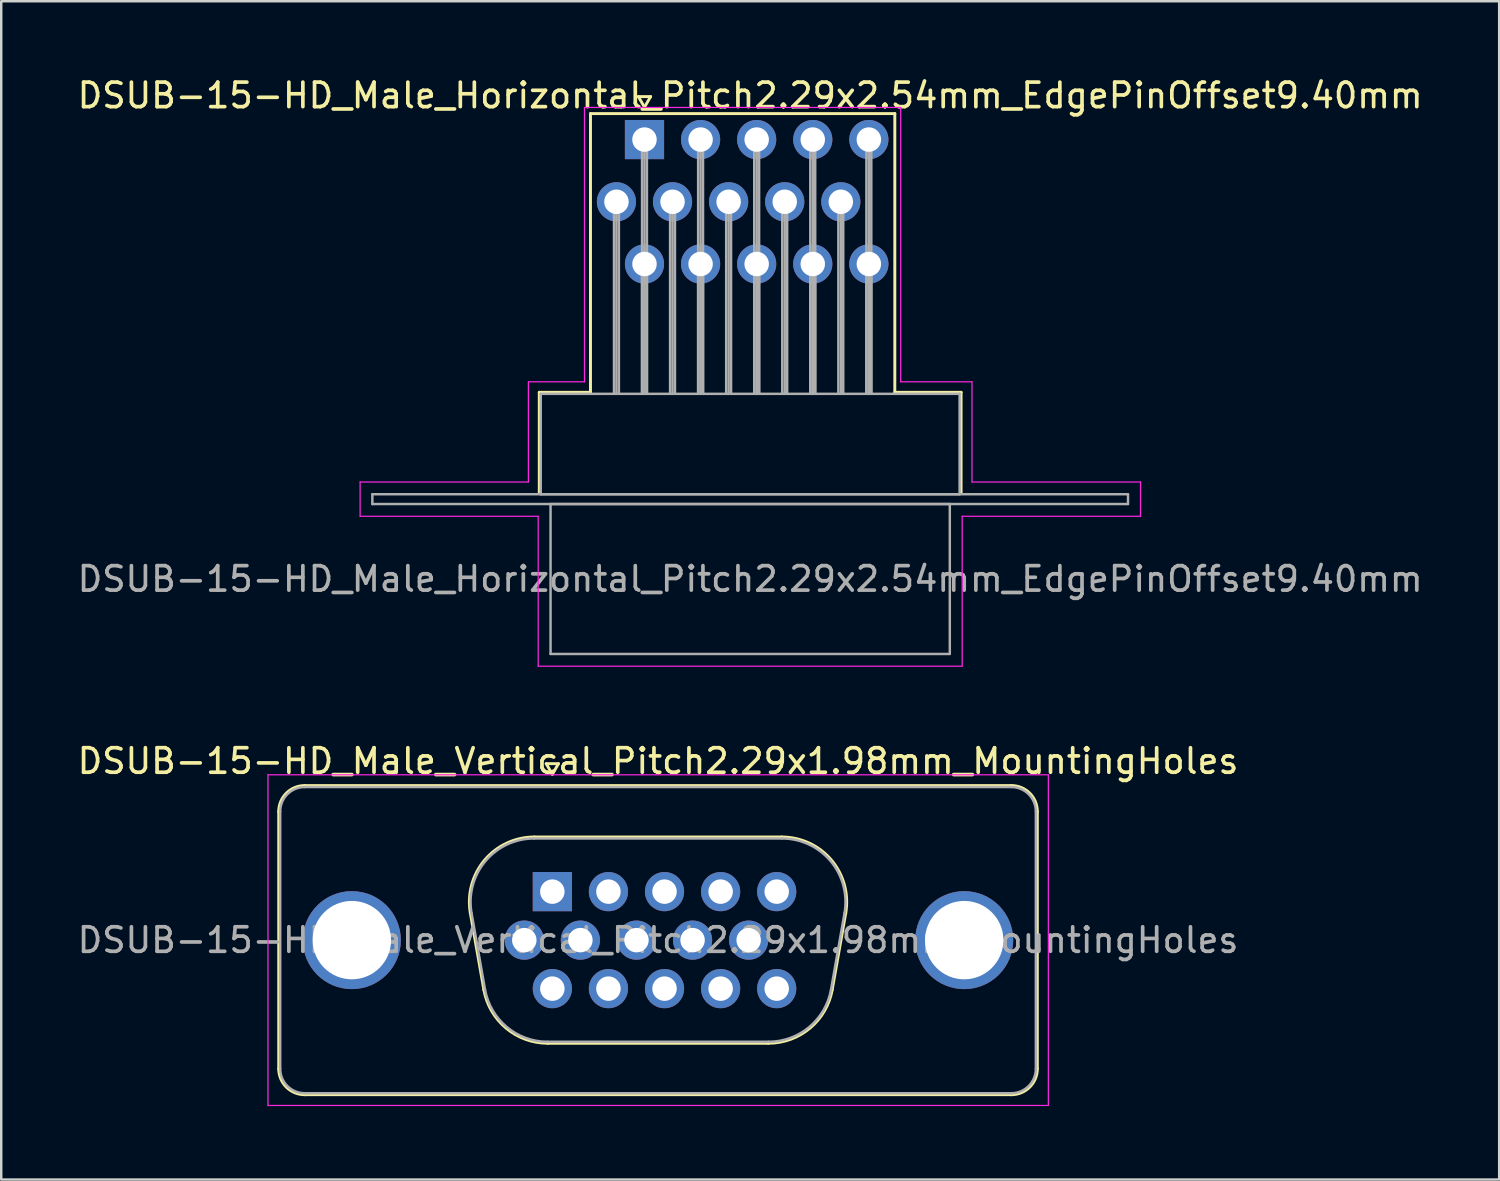
<source format=kicad_pcb>
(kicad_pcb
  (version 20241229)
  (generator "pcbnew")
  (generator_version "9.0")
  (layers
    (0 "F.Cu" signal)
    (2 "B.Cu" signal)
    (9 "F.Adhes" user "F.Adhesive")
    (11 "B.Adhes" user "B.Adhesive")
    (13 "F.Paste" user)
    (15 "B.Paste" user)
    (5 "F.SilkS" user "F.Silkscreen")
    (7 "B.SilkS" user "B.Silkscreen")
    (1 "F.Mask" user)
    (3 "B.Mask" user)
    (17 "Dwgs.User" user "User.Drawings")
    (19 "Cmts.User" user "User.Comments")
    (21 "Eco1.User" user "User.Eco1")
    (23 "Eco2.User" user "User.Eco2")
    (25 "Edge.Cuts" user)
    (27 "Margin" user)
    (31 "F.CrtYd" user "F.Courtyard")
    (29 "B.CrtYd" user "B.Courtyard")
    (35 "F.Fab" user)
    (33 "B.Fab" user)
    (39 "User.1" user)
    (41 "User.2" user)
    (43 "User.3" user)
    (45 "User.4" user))
  (footprint "DSUB-15-HD_Male_Vertical_Pitch2.29x1.98mm_MountingHoles"
    (layer "F.Cu")
    (at 19.5 33.352)
    (property "Reference" "DSUB-15-HD_Male_Vertical_Pitch2.29x1.98mm_MountingHoles" (at 4.315 -5.33 0) (layer "F.SilkS") (effects (font (size 1 1) (thickness 0.15))))
    (attr through_hole)
    (fp_line (start -11.17 7.23) (end -11.17 -3.27) (stroke (width 0.12) (type solid)) (layer "F.SilkS"))
    (fp_line (start -10.11 -4.33) (end 18.74 -4.33) (stroke (width 0.12) (type solid)) (layer "F.SilkS"))
    (fp_line (start -3.347 0.88) (end -2.796 4) (stroke (width 0.12) (type solid)) (layer "F.SilkS"))
    (fp_line (start -0.737 -2.23) (end 9.367 -2.23) (stroke (width 0.12) (type solid)) (layer "F.SilkS"))
    (fp_line (start -0.25 -5.224) (end 0.25 -5.224) (stroke (width 0.12) (type solid)) (layer "F.SilkS"))
    (fp_line (start -0.187 6.19) (end 8.817 6.19) (stroke (width 0.12) (type solid)) (layer "F.SilkS"))
    (fp_line (start 0 -4.791) (end -0.25 -5.224) (stroke (width 0.12) (type solid)) (layer "F.SilkS"))
    (fp_line (start 0.25 -5.224) (end 0 -4.791) (stroke (width 0.12) (type solid)) (layer "F.SilkS"))
    (fp_line (start 11.977 0.88) (end 11.426 4) (stroke (width 0.12) (type solid)) (layer "F.SilkS"))
    (fp_line (start 18.74 8.29) (end -10.11 8.29) (stroke (width 0.12) (type solid)) (layer "F.SilkS"))
    (fp_line (start 19.8 -3.27) (end 19.8 7.23) (stroke (width 0.12) (type solid)) (layer "F.SilkS"))
    (fp_arc (start -11.17 -3.27) (mid -10.859533 -4.019533) (end -10.11 -4.33) (stroke (width 0.12) (type solid)) (layer "F.SilkS"))
    (fp_arc (start -10.11 8.29) (mid -10.859533 7.979533) (end -11.17 7.23) (stroke (width 0.12) (type solid)) (layer "F.SilkS"))
    (fp_arc (start -3.346594 0.880168) (mid -2.766871 -1.283387) (end -0.736853 -2.23) (stroke (width 0.12) (type solid)) (layer "F.SilkS"))
    (fp_arc (start -0.186713 6.19) (mid -1.8901 5.570018) (end -2.796454 4.000168) (stroke (width 0.12) (type solid)) (layer "F.SilkS"))
    (fp_arc (start 9.366853 -2.23) (mid 11.396871 -1.283387) (end 11.976594 0.880168) (stroke (width 0.12) (type solid)) (layer "F.SilkS"))
    (fp_arc (start 11.426454 4.000168) (mid 10.5201 5.570018) (end 8.816713 6.19) (stroke (width 0.12) (type solid)) (layer "F.SilkS"))
    (fp_arc (start 18.74 -4.33) (mid 19.489533 -4.019533) (end 19.8 -3.27) (stroke (width 0.12) (type solid)) (layer "F.SilkS"))
    (fp_arc (start 19.8 7.23) (mid 19.489533 7.979533) (end 18.74 8.29) (stroke (width 0.12) (type solid)) (layer "F.SilkS"))
    (fp_line (start -11.61 -4.77) (end -11.61 8.73) (stroke (width 0.05) (type solid)) (layer "F.CrtYd"))
    (fp_line (start -11.61 8.73) (end 20.25 8.73) (stroke (width 0.05) (type solid)) (layer "F.CrtYd"))
    (fp_line (start 20.25 -4.77) (end -11.61 -4.77) (stroke (width 0.05) (type solid)) (layer "F.CrtYd"))
    (fp_line (start 20.25 8.73) (end 20.25 -4.77) (stroke (width 0.05) (type solid)) (layer "F.CrtYd"))
    (fp_line (start -11.11 7.23) (end -11.11 -3.27) (stroke (width 0.1) (type solid)) (layer "F.Fab"))
    (fp_line (start -10.11 -4.27) (end 18.74 -4.27) (stroke (width 0.1) (type solid)) (layer "F.Fab"))
    (fp_line (start -3.299 0.87) (end -2.749 3.99) (stroke (width 0.1) (type solid)) (layer "F.Fab"))
    (fp_line (start -0.748 -2.17) (end 9.378 -2.17) (stroke (width 0.1) (type solid)) (layer "F.Fab"))
    (fp_line (start -0.198 6.13) (end 8.828 6.13) (stroke (width 0.1) (type solid)) (layer "F.Fab"))
    (fp_line (start 11.929 0.87) (end 11.379 3.99) (stroke (width 0.1) (type solid)) (layer "F.Fab"))
    (fp_line (start 18.74 8.23) (end -10.11 8.23) (stroke (width 0.1) (type solid)) (layer "F.Fab"))
    (fp_line (start 19.74 -3.27) (end 19.74 7.23) (stroke (width 0.1) (type solid)) (layer "F.Fab"))
    (fp_arc (start -11.11 -3.27) (mid -10.817107 -3.977107) (end -10.11 -4.27) (stroke (width 0.1) (type solid)) (layer "F.Fab"))
    (fp_arc (start -10.11 8.23) (mid -10.817107 7.937107) (end -11.11 7.23) (stroke (width 0.1) (type solid)) (layer "F.Fab"))
    (fp_arc (start -3.29901 0.869749) (mid -2.732413 -1.24482) (end -0.748358 -2.17) (stroke (width 0.1) (type solid)) (layer "F.Fab"))
    (fp_arc (start -0.198218 6.13) (mid -1.863038 5.524055) (end -2.74887 3.989749) (stroke (width 0.1) (type solid)) (layer "F.Fab"))
    (fp_arc (start 9.378358 -2.17) (mid 11.362413 -1.24482) (end 11.92901 0.869749) (stroke (width 0.1) (type solid)) (layer "F.Fab"))
    (fp_arc (start 11.37887 3.989749) (mid 10.493038 5.524055) (end 8.828218 6.13) (stroke (width 0.1) (type solid)) (layer "F.Fab"))
    (fp_arc (start 18.74 -4.27) (mid 19.447107 -3.977107) (end 19.74 -3.27) (stroke (width 0.1) (type solid)) (layer "F.Fab"))
    (fp_arc (start 19.74 7.23) (mid 19.447107 7.937107) (end 18.74 8.23) (stroke (width 0.1) (type solid)) (layer "F.Fab"))
    (fp_text user "${REFERENCE}" (at 4.315 1.98 0) (layer "F.Fab") (effects (font (size 1 1) (thickness 0.15))))
    (pad "0" thru_hole circle (at -8.185 1.98) (size 4 4) (drill 3.2) (layers "*.Cu" "*.Mask"))
    (pad "0" thru_hole circle (at 16.815 1.98) (size 4 4) (drill 3.2) (layers "*.Cu" "*.Mask"))
    (pad "1" thru_hole rect (at 0 0) (size 1.6 1.6) (drill 1) (layers "*.Cu" "*.Mask"))
    (pad "2" thru_hole circle (at 2.29 0) (size 1.6 1.6) (drill 1) (layers "*.Cu" "*.Mask"))
    (pad "3" thru_hole circle (at 4.58 0) (size 1.6 1.6) (drill 1) (layers "*.Cu" "*.Mask"))
    (pad "4" thru_hole circle (at 6.87 0) (size 1.6 1.6) (drill 1) (layers "*.Cu" "*.Mask"))
    (pad "5" thru_hole circle (at 9.16 0) (size 1.6 1.6) (drill 1) (layers "*.Cu" "*.Mask"))
    (pad "6" thru_hole circle (at -1.145 1.98) (size 1.6 1.6) (drill 1) (layers "*.Cu" "*.Mask"))
    (pad "7" thru_hole circle (at 1.145 1.98) (size 1.6 1.6) (drill 1) (layers "*.Cu" "*.Mask"))
    (pad "8" thru_hole circle (at 3.435 1.98) (size 1.6 1.6) (drill 1) (layers "*.Cu" "*.Mask"))
    (pad "9" thru_hole circle (at 5.725 1.98) (size 1.6 1.6) (drill 1) (layers "*.Cu" "*.Mask"))
    (pad "10" thru_hole circle (at 8.015 1.98) (size 1.6 1.6) (drill 1) (layers "*.Cu" "*.Mask"))
    (pad "11" thru_hole circle (at 0 3.96) (size 1.6 1.6) (drill 1) (layers "*.Cu" "*.Mask"))
    (pad "12" thru_hole circle (at 2.29 3.96) (size 1.6 1.6) (drill 1) (layers "*.Cu" "*.Mask"))
    (pad "13" thru_hole circle (at 4.58 3.96) (size 1.6 1.6) (drill 1) (layers "*.Cu" "*.Mask"))
    (pad "14" thru_hole circle (at 6.87 3.96) (size 1.6 1.6) (drill 1) (layers "*.Cu" "*.Mask"))
    (pad "15" thru_hole circle (at 9.16 3.96) (size 1.6 1.6) (drill 1) (layers "*.Cu" "*.Mask")))
  (footprint "DSUB-15-HD_Male_Horizontal_Pitch2.29x2.54mm_EdgePinOffset9.40mm"
    (layer "F.Cu")
    (at 23.262 2.648)
    (property "Reference" "DSUB-15-HD_Male_Horizontal_Pitch2.29x2.54mm_EdgePinOffset9.40mm" (at 4.315 -1.8 0) (layer "F.SilkS") (effects (font (size 1 1) (thickness 0.15))))
    (attr through_hole)
    (fp_line (start -4.295 10.32) (end -2.205 10.32) (stroke (width 0.12) (type solid)) (layer "F.SilkS"))
    (fp_line (start -4.295 14.42) (end -4.295 10.32) (stroke (width 0.12) (type solid)) (layer "F.SilkS"))
    (fp_line (start -2.205 -1.06) (end 10.22 -1.06) (stroke (width 0.12) (type solid)) (layer "F.SilkS"))
    (fp_line (start -2.205 10.32) (end -2.205 -1.06) (stroke (width 0.12) (type solid)) (layer "F.SilkS"))
    (fp_line (start -0.25 -1.754) (end 0.25 -1.754) (stroke (width 0.12) (type solid)) (layer "F.SilkS"))
    (fp_line (start 0 -1.321) (end -0.25 -1.754) (stroke (width 0.12) (type solid)) (layer "F.SilkS"))
    (fp_line (start 0.25 -1.754) (end 0 -1.321) (stroke (width 0.12) (type solid)) (layer "F.SilkS"))
    (fp_line (start 10.22 -1.06) (end 10.22 10.32) (stroke (width 0.12) (type solid)) (layer "F.SilkS"))
    (fp_line (start 10.22 10.32) (end 12.925 10.32) (stroke (width 0.12) (type solid)) (layer "F.SilkS"))
    (fp_line (start 12.925 10.32) (end 12.925 14.42) (stroke (width 0.12) (type solid)) (layer "F.SilkS"))
    (fp_line (start -11.61 13.98) (end -4.74 13.98) (stroke (width 0.05) (type solid)) (layer "F.CrtYd"))
    (fp_line (start -11.61 15.38) (end -11.61 13.98) (stroke (width 0.05) (type solid)) (layer "F.CrtYd"))
    (fp_line (start -4.74 9.89) (end -2.45 9.89) (stroke (width 0.05) (type solid)) (layer "F.CrtYd"))
    (fp_line (start -4.74 13.98) (end -4.74 9.89) (stroke (width 0.05) (type solid)) (layer "F.CrtYd"))
    (fp_line (start -4.34 15.38) (end -11.61 15.38) (stroke (width 0.05) (type solid)) (layer "F.CrtYd"))
    (fp_line (start -4.34 21.5) (end -4.34 15.38) (stroke (width 0.05) (type solid)) (layer "F.CrtYd"))
    (fp_line (start -2.45 -1.31) (end 10.46 -1.31) (stroke (width 0.05) (type solid)) (layer "F.CrtYd"))
    (fp_line (start -2.45 9.89) (end -2.45 -1.31) (stroke (width 0.05) (type solid)) (layer "F.CrtYd"))
    (fp_line (start 10.46 -1.31) (end 10.46 9.89) (stroke (width 0.05) (type solid)) (layer "F.CrtYd"))
    (fp_line (start 10.46 9.89) (end 13.37 9.89) (stroke (width 0.05) (type solid)) (layer "F.CrtYd"))
    (fp_line (start 12.97 15.38) (end 12.97 21.5) (stroke (width 0.05) (type solid)) (layer "F.CrtYd"))
    (fp_line (start 12.97 21.5) (end -4.34 21.5) (stroke (width 0.05) (type solid)) (layer "F.CrtYd"))
    (fp_line (start 13.37 9.89) (end 13.37 13.98) (stroke (width 0.05) (type solid)) (layer "F.CrtYd"))
    (fp_line (start 13.37 13.98) (end 20.25 13.98) (stroke (width 0.05) (type solid)) (layer "F.CrtYd"))
    (fp_line (start 20.25 13.98) (end 20.25 15.38) (stroke (width 0.05) (type solid)) (layer "F.CrtYd"))
    (fp_line (start 20.25 15.38) (end 12.97 15.38) (stroke (width 0.05) (type solid)) (layer "F.CrtYd"))
    (fp_line (start -11.11 14.48) (end -11.11 14.88) (stroke (width 0.1) (type solid)) (layer "F.Fab"))
    (fp_line (start -11.11 14.88) (end 19.74 14.88) (stroke (width 0.1) (type solid)) (layer "F.Fab"))
    (fp_line (start -4.235 10.38) (end -4.235 14.48) (stroke (width 0.1) (type solid)) (layer "F.Fab"))
    (fp_line (start -4.235 14.48) (end 12.865 14.48) (stroke (width 0.1) (type solid)) (layer "F.Fab"))
    (fp_line (start -3.835 14.88) (end -3.835 21) (stroke (width 0.1) (type solid)) (layer "F.Fab"))
    (fp_line (start -3.835 21) (end 12.465 21) (stroke (width 0.1) (type solid)) (layer "F.Fab"))
    (fp_line (start -1.245 2.54) (end -1.245 10.38) (stroke (width 0.1) (type solid)) (layer "F.Fab"))
    (fp_line (start -1.145 2.54) (end -1.145 10.38) (stroke (width 0.1) (type solid)) (layer "F.Fab"))
    (fp_line (start -1.045 2.54) (end -1.045 10.38) (stroke (width 0.1) (type solid)) (layer "F.Fab"))
    (fp_line (start -0.1 0) (end -0.1 10.38) (stroke (width 0.1) (type solid)) (layer "F.Fab"))
    (fp_line (start -0.1 5.08) (end -0.1 10.38) (stroke (width 0.1) (type solid)) (layer "F.Fab"))
    (fp_line (start 0 0) (end 0 10.38) (stroke (width 0.1) (type solid)) (layer "F.Fab"))
    (fp_line (start 0 5.08) (end 0 10.38) (stroke (width 0.1) (type solid)) (layer "F.Fab"))
    (fp_line (start 0.1 0) (end 0.1 10.38) (stroke (width 0.1) (type solid)) (layer "F.Fab"))
    (fp_line (start 0.1 5.08) (end 0.1 10.38) (stroke (width 0.1) (type solid)) (layer "F.Fab"))
    (fp_line (start 1.045 2.54) (end 1.045 10.38) (stroke (width 0.1) (type solid)) (layer "F.Fab"))
    (fp_line (start 1.145 2.54) (end 1.145 10.38) (stroke (width 0.1) (type solid)) (layer "F.Fab"))
    (fp_line (start 1.245 2.54) (end 1.245 10.38) (stroke (width 0.1) (type solid)) (layer "F.Fab"))
    (fp_line (start 2.19 0) (end 2.19 10.38) (stroke (width 0.1) (type solid)) (layer "F.Fab"))
    (fp_line (start 2.19 5.08) (end 2.19 10.38) (stroke (width 0.1) (type solid)) (layer "F.Fab"))
    (fp_line (start 2.29 0) (end 2.29 10.38) (stroke (width 0.1) (type solid)) (layer "F.Fab"))
    (fp_line (start 2.29 5.08) (end 2.29 10.38) (stroke (width 0.1) (type solid)) (layer "F.Fab"))
    (fp_line (start 2.39 0) (end 2.39 10.38) (stroke (width 0.1) (type solid)) (layer "F.Fab"))
    (fp_line (start 2.39 5.08) (end 2.39 10.38) (stroke (width 0.1) (type solid)) (layer "F.Fab"))
    (fp_line (start 3.335 2.54) (end 3.335 10.38) (stroke (width 0.1) (type solid)) (layer "F.Fab"))
    (fp_line (start 3.435 2.54) (end 3.435 10.38) (stroke (width 0.1) (type solid)) (layer "F.Fab"))
    (fp_line (start 3.535 2.54) (end 3.535 10.38) (stroke (width 0.1) (type solid)) (layer "F.Fab"))
    (fp_line (start 4.48 0) (end 4.48 10.38) (stroke (width 0.1) (type solid)) (layer "F.Fab"))
    (fp_line (start 4.48 5.08) (end 4.48 10.38) (stroke (width 0.1) (type solid)) (layer "F.Fab"))
    (fp_line (start 4.58 0) (end 4.58 10.38) (stroke (width 0.1) (type solid)) (layer "F.Fab"))
    (fp_line (start 4.58 5.08) (end 4.58 10.38) (stroke (width 0.1) (type solid)) (layer "F.Fab"))
    (fp_line (start 4.68 0) (end 4.68 10.38) (stroke (width 0.1) (type solid)) (layer "F.Fab"))
    (fp_line (start 4.68 5.08) (end 4.68 10.38) (stroke (width 0.1) (type solid)) (layer "F.Fab"))
    (fp_line (start 5.625 2.54) (end 5.625 10.38) (stroke (width 0.1) (type solid)) (layer "F.Fab"))
    (fp_line (start 5.725 2.54) (end 5.725 10.38) (stroke (width 0.1) (type solid)) (layer "F.Fab"))
    (fp_line (start 5.825 2.54) (end 5.825 10.38) (stroke (width 0.1) (type solid)) (layer "F.Fab"))
    (fp_line (start 6.77 0) (end 6.77 10.38) (stroke (width 0.1) (type solid)) (layer "F.Fab"))
    (fp_line (start 6.77 5.08) (end 6.77 10.38) (stroke (width 0.1) (type solid)) (layer "F.Fab"))
    (fp_line (start 6.87 0) (end 6.87 10.38) (stroke (width 0.1) (type solid)) (layer "F.Fab"))
    (fp_line (start 6.87 5.08) (end 6.87 10.38) (stroke (width 0.1) (type solid)) (layer "F.Fab"))
    (fp_line (start 6.97 0) (end 6.97 10.38) (stroke (width 0.1) (type solid)) (layer "F.Fab"))
    (fp_line (start 6.97 5.08) (end 6.97 10.38) (stroke (width 0.1) (type solid)) (layer "F.Fab"))
    (fp_line (start 7.915 2.54) (end 7.915 10.38) (stroke (width 0.1) (type solid)) (layer "F.Fab"))
    (fp_line (start 8.015 2.54) (end 8.015 10.38) (stroke (width 0.1) (type solid)) (layer "F.Fab"))
    (fp_line (start 8.115 2.54) (end 8.115 10.38) (stroke (width 0.1) (type solid)) (layer "F.Fab"))
    (fp_line (start 9.06 0) (end 9.06 10.38) (stroke (width 0.1) (type solid)) (layer "F.Fab"))
    (fp_line (start 9.06 5.08) (end 9.06 10.38) (stroke (width 0.1) (type solid)) (layer "F.Fab"))
    (fp_line (start 9.16 0) (end 9.16 10.38) (stroke (width 0.1) (type solid)) (layer "F.Fab"))
    (fp_line (start 9.16 5.08) (end 9.16 10.38) (stroke (width 0.1) (type solid)) (layer "F.Fab"))
    (fp_line (start 9.26 0) (end 9.26 10.38) (stroke (width 0.1) (type solid)) (layer "F.Fab"))
    (fp_line (start 9.26 5.08) (end 9.26 10.38) (stroke (width 0.1) (type solid)) (layer "F.Fab"))
    (fp_line (start 12.465 14.88) (end -3.835 14.88) (stroke (width 0.1) (type solid)) (layer "F.Fab"))
    (fp_line (start 12.465 21) (end 12.465 14.88) (stroke (width 0.1) (type solid)) (layer "F.Fab"))
    (fp_line (start 12.865 10.38) (end -4.235 10.38) (stroke (width 0.1) (type solid)) (layer "F.Fab"))
    (fp_line (start 12.865 14.48) (end 12.865 10.38) (stroke (width 0.1) (type solid)) (layer "F.Fab"))
    (fp_line (start 19.74 14.48) (end -11.11 14.48) (stroke (width 0.1) (type solid)) (layer "F.Fab"))
    (fp_line (start 19.74 14.88) (end 19.74 14.48) (stroke (width 0.1) (type solid)) (layer "F.Fab"))
    (fp_text user "${REFERENCE}" (at 4.315 17.94 0) (layer "F.Fab") (effects (font (size 1 1) (thickness 0.15))))
    (pad "1" thru_hole rect (at 0 0) (size 1.6 1.6) (drill 1) (layers "*.Cu" "*.Mask"))
    (pad "2" thru_hole circle (at 2.29 0) (size 1.6 1.6) (drill 1) (layers "*.Cu" "*.Mask"))
    (pad "3" thru_hole circle (at 4.58 0) (size 1.6 1.6) (drill 1) (layers "*.Cu" "*.Mask"))
    (pad "4" thru_hole circle (at 6.87 0) (size 1.6 1.6) (drill 1) (layers "*.Cu" "*.Mask"))
    (pad "5" thru_hole circle (at 9.16 0) (size 1.6 1.6) (drill 1) (layers "*.Cu" "*.Mask"))
    (pad "6" thru_hole circle (at -1.145 2.54) (size 1.6 1.6) (drill 1) (layers "*.Cu" "*.Mask"))
    (pad "7" thru_hole circle (at 1.145 2.54) (size 1.6 1.6) (drill 1) (layers "*.Cu" "*.Mask"))
    (pad "8" thru_hole circle (at 3.435 2.54) (size 1.6 1.6) (drill 1) (layers "*.Cu" "*.Mask"))
    (pad "9" thru_hole circle (at 5.725 2.54) (size 1.6 1.6) (drill 1) (layers "*.Cu" "*.Mask"))
    (pad "10" thru_hole circle (at 8.015 2.54) (size 1.6 1.6) (drill 1) (layers "*.Cu" "*.Mask"))
    (pad "11" thru_hole circle (at 0 5.08) (size 1.6 1.6) (drill 1) (layers "*.Cu" "*.Mask"))
    (pad "12" thru_hole circle (at 2.29 5.08) (size 1.6 1.6) (drill 1) (layers "*.Cu" "*.Mask"))
    (pad "13" thru_hole circle (at 4.58 5.08) (size 1.6 1.6) (drill 1) (layers "*.Cu" "*.Mask"))
    (pad "14" thru_hole circle (at 6.87 5.08) (size 1.6 1.6) (drill 1) (layers "*.Cu" "*.Mask"))
    (pad "15" thru_hole circle (at 9.16 5.08) (size 1.6 1.6) (drill 1) (layers "*.Cu" "*.Mask")))
  (gr_rect
    (start -3 -3)
    (end 58.155 45.106)
    (stroke (width 0.1) (type default))
    (fill no)
    (layer "Edge.Cuts")))
</source>
